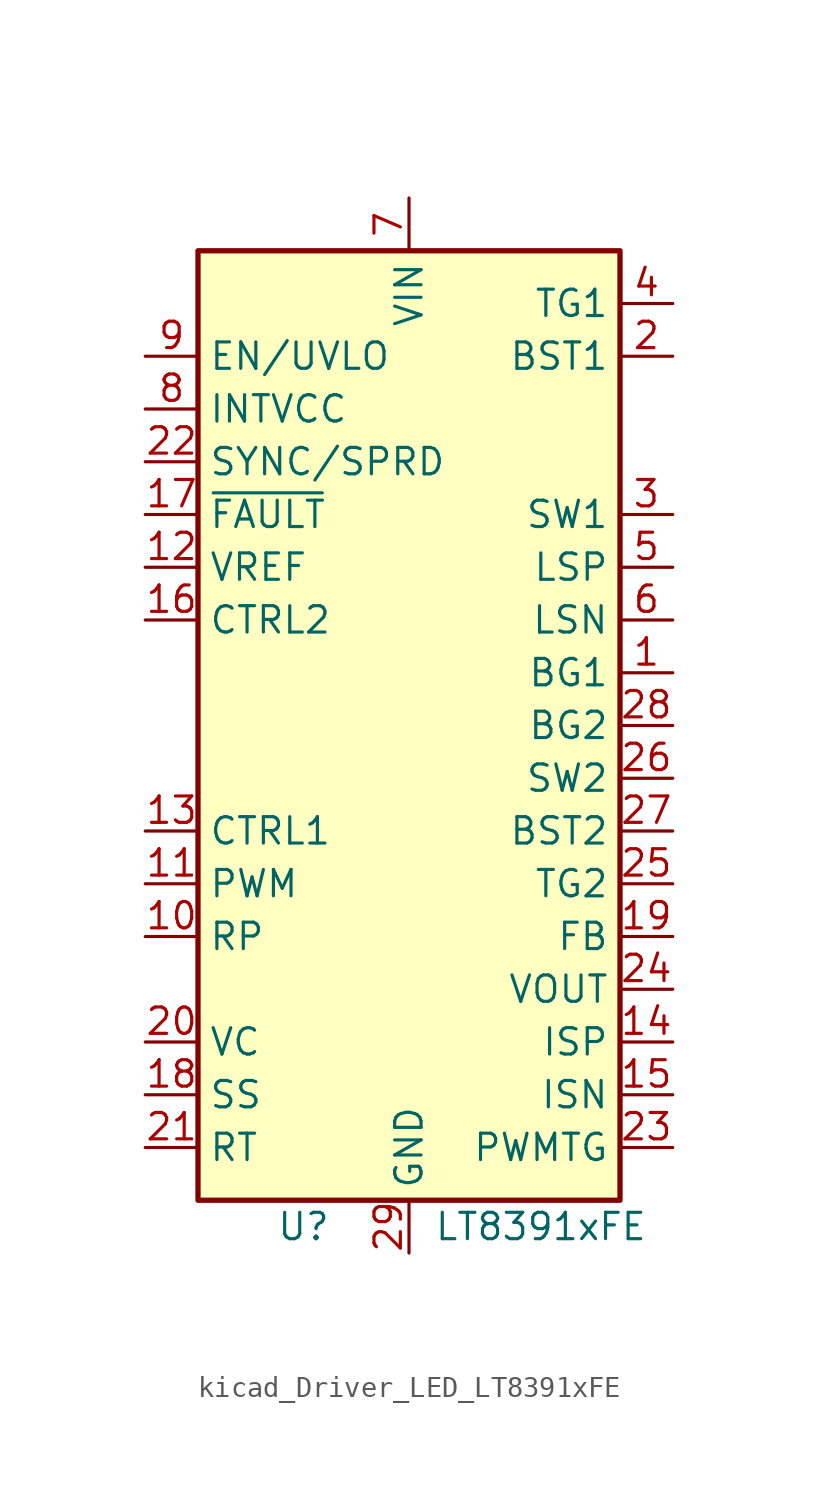
<source format=kicad_sym>
(kicad_symbol_lib
  (version 20220914)
  (generator kicad_symbol_editor)
  (symbol "kicad_Driver_LED_LT8391xFE"
    (property "Reference" "U"
      (at -5.08 -24.13 0)
      (effects (font (size 1.27 1.27))))
    (property "Value" "LT8391xFE"
      (at 6.35 -24.13 0)
      (effects (font (size 1.27 1.27))))
    (symbol "kicad_Driver_LED_LT8391xFE_0_1"
      (rectangle (start -10.16 22.86) (end 10.16 -22.86) (stroke (width 0.254) (type default)) (fill (type background))))
    (symbol "kicad_Driver_LED_LT8391xFE_1_1"
      (pin output line (at 12.7 2.54 180) (length 2.54) (name "BG1" (effects (font (size 1.27 1.27)))) (number "1" (effects (font (size 1.27 1.27)))))
      (pin input line (at -12.7 -10.16 0) (length 2.54) (name "RP" (effects (font (size 1.27 1.27)))) (number "10" (effects (font (size 1.27 1.27)))))
      (pin input line (at -12.7 -7.62 0) (length 2.54) (name "PWM" (effects (font (size 1.27 1.27)))) (number "11" (effects (font (size 1.27 1.27)))))
      (pin power_out line (at -12.7 7.62 0) (length 2.54) (name "VREF" (effects (font (size 1.27 1.27)))) (number "12" (effects (font (size 1.27 1.27)))))
      (pin input line (at -12.7 -5.08 0) (length 2.54) (name "CTRL1" (effects (font (size 1.27 1.27)))) (number "13" (effects (font (size 1.27 1.27)))))
      (pin input line (at 12.7 -15.24 180) (length 2.54) (name "ISP" (effects (font (size 1.27 1.27)))) (number "14" (effects (font (size 1.27 1.27)))))
      (pin input line (at 12.7 -17.78 180) (length 2.54) (name "ISN" (effects (font (size 1.27 1.27)))) (number "15" (effects (font (size 1.27 1.27)))))
      (pin input line (at -12.7 5.08 0) (length 2.54) (name "CTRL2" (effects (font (size 1.27 1.27)))) (number "16" (effects (font (size 1.27 1.27)))))
      (pin open_collector line (at -12.7 10.16 0) (length 2.54) (name "~{FAULT}" (effects (font (size 1.27 1.27)))) (number "17" (effects (font (size 1.27 1.27)))))
      (pin passive line (at -12.7 -17.78 0) (length 2.54) (name "SS" (effects (font (size 1.27 1.27)))) (number "18" (effects (font (size 1.27 1.27)))))
      (pin input line (at 12.7 -10.16 180) (length 2.54) (name "FB" (effects (font (size 1.27 1.27)))) (number "19" (effects (font (size 1.27 1.27)))))
      (pin passive line (at 12.7 17.78 180) (length 2.54) (name "BST1" (effects (font (size 1.27 1.27)))) (number "2" (effects (font (size 1.27 1.27)))))
      (pin passive line (at -12.7 -15.24 0) (length 2.54) (name "VC" (effects (font (size 1.27 1.27)))) (number "20" (effects (font (size 1.27 1.27)))))
      (pin passive line (at -12.7 -20.32 0) (length 2.54) (name "RT" (effects (font (size 1.27 1.27)))) (number "21" (effects (font (size 1.27 1.27)))))
      (pin input line (at -12.7 12.7 0) (length 2.54) (name "SYNC/SPRD" (effects (font (size 1.27 1.27)))) (number "22" (effects (font (size 1.27 1.27)))))
      (pin output line (at 12.7 -20.32 180) (length 2.54) (name "PWMTG" (effects (font (size 1.27 1.27)))) (number "23" (effects (font (size 1.27 1.27)))))
      (pin power_in line (at 12.7 -12.7 180) (length 2.54) (name "VOUT" (effects (font (size 1.27 1.27)))) (number "24" (effects (font (size 1.27 1.27)))))
      (pin output line (at 12.7 -7.62 180) (length 2.54) (name "TG2" (effects (font (size 1.27 1.27)))) (number "25" (effects (font (size 1.27 1.27)))))
      (pin passive line (at 12.7 -2.54 180) (length 2.54) (name "SW2" (effects (font (size 1.27 1.27)))) (number "26" (effects (font (size 1.27 1.27)))))
      (pin passive line (at 12.7 -5.08 180) (length 2.54) (name "BST2" (effects (font (size 1.27 1.27)))) (number "27" (effects (font (size 1.27 1.27)))))
      (pin output line (at 12.7 0 180) (length 2.54) (name "BG2" (effects (font (size 1.27 1.27)))) (number "28" (effects (font (size 1.27 1.27)))))
      (pin power_in line (at 0 -25.4 90) (length 2.54) (name "GND" (effects (font (size 1.27 1.27)))) (number "29" (effects (font (size 1.27 1.27)))))
      (pin passive line (at 12.7 10.16 180) (length 2.54) (name "SW1" (effects (font (size 1.27 1.27)))) (number "3" (effects (font (size 1.27 1.27)))))
      (pin output line (at 12.7 20.32 180) (length 2.54) (name "TG1" (effects (font (size 1.27 1.27)))) (number "4" (effects (font (size 1.27 1.27)))))
      (pin input line (at 12.7 7.62 180) (length 2.54) (name "LSP" (effects (font (size 1.27 1.27)))) (number "5" (effects (font (size 1.27 1.27)))))
      (pin input line (at 12.7 5.08 180) (length 2.54) (name "LSN" (effects (font (size 1.27 1.27)))) (number "6" (effects (font (size 1.27 1.27)))))
      (pin power_in line (at 0 25.4 270) (length 2.54) (name "VIN" (effects (font (size 1.27 1.27)))) (number "7" (effects (font (size 1.27 1.27)))))
      (pin power_out line (at -12.7 15.24 0) (length 2.54) (name "INTVCC" (effects (font (size 1.27 1.27)))) (number "8" (effects (font (size 1.27 1.27)))))
      (pin input line (at -12.7 17.78 0) (length 2.54) (name "EN/UVLO" (effects (font (size 1.27 1.27)))) (number "9" (effects (font (size 1.27 1.27))))))))
</source>
